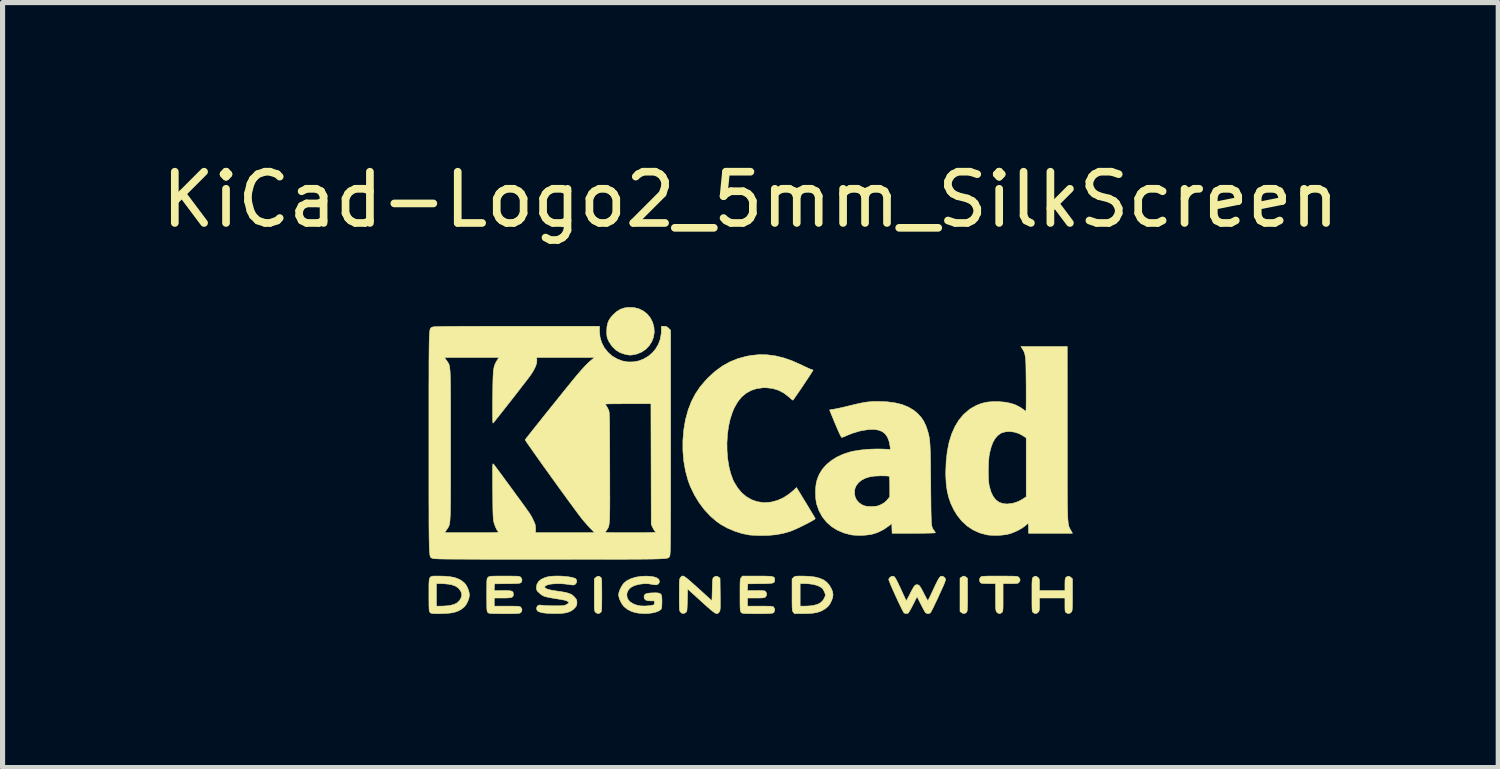
<source format=kicad_pcb>
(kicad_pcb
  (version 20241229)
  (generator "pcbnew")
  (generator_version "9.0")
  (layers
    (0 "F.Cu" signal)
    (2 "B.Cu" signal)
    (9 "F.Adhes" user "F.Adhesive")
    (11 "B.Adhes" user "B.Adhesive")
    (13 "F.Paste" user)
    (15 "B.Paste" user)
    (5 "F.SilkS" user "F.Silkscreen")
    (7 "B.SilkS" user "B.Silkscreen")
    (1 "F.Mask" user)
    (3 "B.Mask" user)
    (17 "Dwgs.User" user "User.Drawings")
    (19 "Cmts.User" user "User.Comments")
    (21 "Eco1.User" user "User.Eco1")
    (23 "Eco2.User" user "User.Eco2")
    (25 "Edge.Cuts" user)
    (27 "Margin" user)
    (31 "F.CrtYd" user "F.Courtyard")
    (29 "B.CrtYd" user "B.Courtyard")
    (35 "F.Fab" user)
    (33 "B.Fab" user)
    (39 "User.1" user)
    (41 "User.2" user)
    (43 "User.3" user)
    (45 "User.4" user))
  (footprint "KiCad-Logo2_5mm_SilkScreen"
    (layer "F.Cu")
    (at 11.601 5.928)
    (property "Reference" "KiCad-Logo2_5mm_SilkScreen" (at 0 -5.08 0) (layer "F.SilkS") (effects (font (size 1 1) (thickness 0.15))))
    (attr board_only exclude_from_pos_files exclude_from_bom allow_missing_courtyard)
    (fp_poly (pts (xy 4.189 2.276) (xy 4.212 2.291) (xy 4.239 2.312) (xy 4.239 2.634) (xy 4.239 2.728) (xy 4.239 2.802) (xy 4.238 2.859) (xy 4.236 2.901) (xy 4.234 2.931) (xy 4.231 2.951) (xy 4.227 2.965) (xy 4.221 2.974) (xy 4.217 2.979) (xy 4.186 3) (xy 4.15 2.999) (xy 4.119 2.981) (xy 4.092 2.96) (xy 4.092 2.312) (xy 4.119 2.291) (xy 4.145 2.275) (xy 4.166 2.269) (xy 4.189 2.276)) (stroke (width 0.01) (type solid)) (fill yes) (layer "F.SilkS"))
    (fp_poly (pts (xy -2.924 2.292) (xy -2.917 2.299) (xy -2.912 2.309) (xy -2.908 2.324) (xy -2.905 2.346) (xy -2.903 2.378) (xy -2.902 2.422) (xy -2.902 2.482) (xy -2.901 2.56) (xy -2.901 2.636) (xy -2.901 2.73) (xy -2.902 2.804) (xy -2.902 2.86) (xy -2.904 2.902) (xy -2.906 2.932) (xy -2.909 2.952) (xy -2.913 2.965) (xy -2.919 2.974) (xy -2.924 2.98) (xy -2.957 3) (xy -2.992 2.998) (xy -3.023 2.977) (xy -3.031 2.968) (xy -3.036 2.959) (xy -3.041 2.945) (xy -3.044 2.924) (xy -3.046 2.895) (xy -3.047 2.853) (xy -3.048 2.796) (xy -3.048 2.722) (xy -3.048 2.638) (xy -3.048 2.324) (xy -3.02 2.297) (xy -2.986 2.273) (xy -2.953 2.273) (xy -2.924 2.292)) (stroke (width 0.01) (type solid)) (fill yes) (layer "F.SilkS"))
    (fp_poly (pts (xy -2.273 -2.973) (xy -2.177 -2.949) (xy -2.09 -2.906) (xy -2.015 -2.847) (xy -1.954 -2.772) (xy -1.909 -2.683) (xy -1.883 -2.586) (xy -1.877 -2.489) (xy -1.892 -2.395) (xy -1.926 -2.307) (xy -1.977 -2.228) (xy -2.042 -2.16) (xy -2.121 -2.106) (xy -2.212 -2.068) (xy -2.263 -2.056) (xy -2.308 -2.048) (xy -2.342 -2.045) (xy -2.375 -2.047) (xy -2.415 -2.054) (xy -2.449 -2.061) (xy -2.542 -2.092) (xy -2.626 -2.143) (xy -2.698 -2.213) (xy -2.756 -2.298) (xy -2.77 -2.326) (xy -2.787 -2.362) (xy -2.797 -2.392) (xy -2.802 -2.425) (xy -2.805 -2.466) (xy -2.805 -2.512) (xy -2.801 -2.596) (xy -2.787 -2.665) (xy -2.762 -2.726) (xy -2.723 -2.784) (xy -2.684 -2.829) (xy -2.612 -2.895) (xy -2.537 -2.94) (xy -2.455 -2.967) (xy -2.377 -2.977) (xy -2.273 -2.973)) (stroke (width 0.01) (type solid)) (fill yes) (layer "F.SilkS"))
    (fp_poly (pts (xy 4.963 2.269) (xy 5.042 2.27) (xy 5.103 2.27) (xy 5.149 2.272) (xy 5.182 2.274) (xy 5.205 2.277) (xy 5.221 2.28) (xy 5.231 2.285) (xy 5.236 2.289) (xy 5.261 2.321) (xy 5.265 2.355) (xy 5.249 2.386) (xy 5.238 2.398) (xy 5.227 2.406) (xy 5.211 2.412) (xy 5.186 2.414) (xy 5.147 2.416) (xy 5.09 2.416) (xy 5.079 2.416) (xy 4.933 2.416) (xy 4.933 2.687) (xy 4.933 2.772) (xy 4.933 2.838) (xy 4.932 2.887) (xy 4.93 2.922) (xy 4.927 2.946) (xy 4.923 2.962) (xy 4.918 2.972) (xy 4.911 2.98) (xy 4.878 3) (xy 4.843 2.999) (xy 4.812 2.976) (xy 4.81 2.973) (xy 4.802 2.962) (xy 4.797 2.95) (xy 4.793 2.933) (xy 4.79 2.908) (xy 4.788 2.872) (xy 4.787 2.822) (xy 4.787 2.755) (xy 4.786 2.68) (xy 4.786 2.416) (xy 4.647 2.416) (xy 4.587 2.415) (xy 4.546 2.414) (xy 4.519 2.411) (xy 4.502 2.405) (xy 4.49 2.397) (xy 4.489 2.395) (xy 4.473 2.362) (xy 4.474 2.324) (xy 4.493 2.292) (xy 4.5 2.285) (xy 4.51 2.28) (xy 4.524 2.276) (xy 4.545 2.274) (xy 4.575 2.272) (xy 4.618 2.27) (xy 4.676 2.269) (xy 4.75 2.269) (xy 4.844 2.269) (xy 4.864 2.269) (xy 4.963 2.269)) (stroke (width 0.01) (type solid)) (fill yes) (layer "F.SilkS"))
    (fp_poly (pts (xy 6.229 2.275) (xy 6.26 2.297) (xy 6.288 2.324) (xy 6.288 2.634) (xy 6.288 2.726) (xy 6.287 2.798) (xy 6.287 2.853) (xy 6.285 2.893) (xy 6.283 2.922) (xy 6.28 2.942) (xy 6.275 2.956) (xy 6.269 2.967) (xy 6.265 2.973) (xy 6.234 2.998) (xy 6.198 3) (xy 6.166 2.985) (xy 6.156 2.976) (xy 6.148 2.965) (xy 6.144 2.946) (xy 6.142 2.915) (xy 6.141 2.869) (xy 6.141 2.833) (xy 6.141 2.698) (xy 5.644 2.698) (xy 5.644 2.821) (xy 5.644 2.877) (xy 5.642 2.915) (xy 5.638 2.941) (xy 5.63 2.96) (xy 5.621 2.973) (xy 5.59 2.998) (xy 5.555 3.001) (xy 5.522 2.983) (xy 5.513 2.974) (xy 5.506 2.962) (xy 5.502 2.943) (xy 5.499 2.914) (xy 5.498 2.87) (xy 5.497 2.808) (xy 5.497 2.794) (xy 5.497 2.678) (xy 5.497 2.582) (xy 5.497 2.504) (xy 5.497 2.443) (xy 5.498 2.396) (xy 5.5 2.361) (xy 5.502 2.335) (xy 5.505 2.318) (xy 5.51 2.306) (xy 5.515 2.298) (xy 5.52 2.292) (xy 5.552 2.272) (xy 5.585 2.275) (xy 5.617 2.297) (xy 5.629 2.311) (xy 5.638 2.327) (xy 5.642 2.35) (xy 5.644 2.384) (xy 5.644 2.436) (xy 5.644 2.551) (xy 6.141 2.551) (xy 6.141 2.433) (xy 6.142 2.378) (xy 6.144 2.341) (xy 6.148 2.317) (xy 6.155 2.301) (xy 6.164 2.292) (xy 6.196 2.272) (xy 6.229 2.275)) (stroke (width 0.01) (type solid)) (fill yes) (layer "F.SilkS"))
    (fp_poly (pts (xy 1.018 2.269) (xy 1.147 2.274) (xy 1.257 2.287) (xy 1.349 2.31) (xy 1.426 2.343) (xy 1.489 2.388) (xy 1.539 2.444) (xy 1.58 2.514) (xy 1.58 2.515) (xy 1.605 2.577) (xy 1.613 2.633) (xy 1.606 2.688) (xy 1.584 2.751) (xy 1.579 2.761) (xy 1.55 2.817) (xy 1.517 2.86) (xy 1.475 2.897) (xy 1.417 2.934) (xy 1.414 2.936) (xy 1.364 2.96) (xy 1.307 2.978) (xy 1.24 2.991) (xy 1.159 2.999) (xy 1.06 3.002) (xy 1.025 3.002) (xy 0.86 3.003) (xy 0.836 2.973) (xy 0.829 2.963) (xy 0.824 2.952) (xy 0.82 2.936) (xy 0.817 2.913) (xy 0.815 2.88) (xy 0.814 2.856) (xy 0.971 2.856) (xy 1.065 2.856) (xy 1.12 2.854) (xy 1.176 2.85) (xy 1.222 2.844) (xy 1.225 2.844) (xy 1.307 2.822) (xy 1.371 2.789) (xy 1.418 2.743) (xy 1.451 2.683) (xy 1.457 2.667) (xy 1.463 2.642) (xy 1.46 2.618) (xy 1.448 2.585) (xy 1.441 2.569) (xy 1.418 2.527) (xy 1.39 2.497) (xy 1.359 2.477) (xy 1.297 2.45) (xy 1.218 2.43) (xy 1.125 2.419) (xy 1.058 2.416) (xy 0.971 2.416) (xy 0.971 2.856) (xy 0.814 2.856) (xy 0.814 2.835) (xy 0.813 2.774) (xy 0.813 2.696) (xy 0.813 2.634) (xy 0.813 2.324) (xy 0.841 2.297) (xy 0.853 2.286) (xy 0.866 2.278) (xy 0.885 2.273) (xy 0.913 2.27) (xy 0.955 2.269) (xy 1.015 2.269) (xy 1.018 2.269)) (stroke (width 0.01) (type solid)) (fill yes) (layer "F.SilkS"))
    (fp_poly (pts (xy -6.121 2.269) (xy -6.082 2.269) (xy -5.966 2.272) (xy -5.869 2.281) (xy -5.788 2.295) (xy -5.719 2.317) (xy -5.658 2.347) (xy -5.604 2.387) (xy -5.584 2.404) (xy -5.552 2.443) (xy -5.523 2.497) (xy -5.5 2.557) (xy -5.488 2.615) (xy -5.486 2.636) (xy -5.494 2.695) (xy -5.516 2.759) (xy -5.547 2.82) (xy -5.584 2.868) (xy -5.59 2.874) (xy -5.641 2.915) (xy -5.696 2.947) (xy -5.76 2.971) (xy -5.834 2.988) (xy -5.924 2.998) (xy -6.031 3.002) (xy -6.08 3.003) (xy -6.142 3.003) (xy -6.186 3.001) (xy -6.215 2.999) (xy -6.234 2.994) (xy -6.247 2.987) (xy -6.254 2.98) (xy -6.261 2.973) (xy -6.266 2.963) (xy -6.27 2.948) (xy -6.273 2.926) (xy -6.274 2.894) (xy -6.276 2.85) (xy -6.276 2.79) (xy -6.277 2.712) (xy -6.277 2.636) (xy -6.277 2.535) (xy -6.277 2.454) (xy -6.276 2.416) (xy -6.13 2.416) (xy -6.13 2.856) (xy -6.037 2.856) (xy -5.981 2.854) (xy -5.922 2.85) (xy -5.873 2.844) (xy -5.872 2.844) (xy -5.792 2.825) (xy -5.731 2.795) (xy -5.684 2.753) (xy -5.655 2.707) (xy -5.636 2.656) (xy -5.638 2.608) (xy -5.659 2.557) (xy -5.7 2.504) (xy -5.758 2.465) (xy -5.833 2.438) (xy -5.883 2.429) (xy -5.939 2.423) (xy -6 2.418) (xy -6.051 2.416) (xy -6.054 2.416) (xy -6.13 2.416) (xy -6.276 2.416) (xy -6.275 2.392) (xy -6.271 2.345) (xy -6.263 2.312) (xy -6.25 2.29) (xy -6.23 2.277) (xy -6.203 2.27) (xy -6.167 2.269) (xy -6.121 2.269)) (stroke (width 0.01) (type solid)) (fill yes) (layer "F.SilkS"))
    (fp_poly (pts (xy -1.3 2.273) (xy -1.277 2.287) (xy -1.246 2.31) (xy -1.206 2.342) (xy -1.156 2.386) (xy -1.094 2.441) (xy -1.018 2.509) (xy -0.931 2.588) (xy -0.751 2.752) (xy -0.745 2.532) (xy -0.743 2.456) (xy -0.741 2.4) (xy -0.739 2.36) (xy -0.736 2.332) (xy -0.731 2.314) (xy -0.725 2.303) (xy -0.717 2.294) (xy -0.713 2.291) (xy -0.678 2.272) (xy -0.645 2.274) (xy -0.619 2.291) (xy -0.593 2.312) (xy -0.589 2.627) (xy -0.588 2.72) (xy -0.588 2.793) (xy -0.588 2.848) (xy -0.589 2.889) (xy -0.591 2.919) (xy -0.594 2.939) (xy -0.598 2.953) (xy -0.604 2.964) (xy -0.61 2.972) (xy -0.623 2.988) (xy -0.637 2.999) (xy -0.652 3.003) (xy -0.671 2.999) (xy -0.695 2.987) (xy -0.727 2.965) (xy -0.768 2.932) (xy -0.821 2.887) (xy -0.886 2.829) (xy -0.96 2.762) (xy -1.225 2.521) (xy -1.23 2.741) (xy -1.233 2.816) (xy -1.235 2.872) (xy -1.237 2.913) (xy -1.24 2.94) (xy -1.244 2.958) (xy -1.25 2.969) (xy -1.259 2.978) (xy -1.263 2.981) (xy -1.3 3) (xy -1.335 2.997) (xy -1.365 2.973) (xy -1.372 2.963) (xy -1.378 2.952) (xy -1.382 2.936) (xy -1.385 2.913) (xy -1.386 2.88) (xy -1.388 2.835) (xy -1.388 2.774) (xy -1.389 2.694) (xy -1.389 2.636) (xy -1.388 2.544) (xy -1.388 2.473) (xy -1.387 2.418) (xy -1.386 2.378) (xy -1.384 2.349) (xy -1.38 2.329) (xy -1.376 2.315) (xy -1.37 2.305) (xy -1.365 2.299) (xy -1.354 2.285) (xy -1.343 2.274) (xy -1.332 2.268) (xy -1.318 2.267) (xy -1.3 2.273)) (stroke (width 0.01) (type solid)) (fill yes) (layer "F.SilkS"))
    (fp_poly (pts (xy -1.95 2.275) (xy -1.882 2.286) (xy -1.829 2.304) (xy -1.795 2.327) (xy -1.785 2.341) (xy -1.776 2.372) (xy -1.782 2.4) (xy -1.802 2.427) (xy -1.834 2.44) (xy -1.879 2.439) (xy -1.914 2.432) (xy -1.992 2.419) (xy -2.072 2.418) (xy -2.162 2.428) (xy -2.186 2.433) (xy -2.269 2.456) (xy -2.334 2.491) (xy -2.38 2.537) (xy -2.407 2.592) (xy -2.413 2.621) (xy -2.409 2.68) (xy -2.386 2.732) (xy -2.345 2.776) (xy -2.288 2.811) (xy -2.219 2.837) (xy -2.138 2.852) (xy -2.048 2.854) (xy -1.951 2.845) (xy -1.945 2.844) (xy -1.907 2.836) (xy -1.885 2.83) (xy -1.876 2.819) (xy -1.874 2.802) (xy -1.874 2.793) (xy -1.874 2.754) (xy -1.942 2.754) (xy -2.003 2.75) (xy -2.044 2.737) (xy -2.068 2.714) (xy -2.077 2.679) (xy -2.077 2.674) (xy -2.072 2.645) (xy -2.054 2.623) (xy -2.022 2.609) (xy -1.972 2.601) (xy -1.923 2.598) (xy -1.852 2.596) (xy -1.801 2.599) (xy -1.766 2.609) (xy -1.744 2.628) (xy -1.733 2.66) (xy -1.728 2.708) (xy -1.727 2.77) (xy -1.729 2.84) (xy -1.733 2.887) (xy -1.74 2.912) (xy -1.741 2.914) (xy -1.78 2.946) (xy -1.837 2.97) (xy -1.909 2.988) (xy -1.991 2.999) (xy -2.081 3.001) (xy -2.175 2.994) (xy -2.23 2.986) (xy -2.316 2.962) (xy -2.396 2.922) (xy -2.463 2.87) (xy -2.473 2.86) (xy -2.506 2.816) (xy -2.536 2.762) (xy -2.559 2.706) (xy -2.572 2.654) (xy -2.574 2.635) (xy -2.567 2.593) (xy -2.55 2.542) (xy -2.524 2.488) (xy -2.495 2.439) (xy -2.469 2.406) (xy -2.408 2.357) (xy -2.329 2.319) (xy -2.235 2.29) (xy -2.129 2.274) (xy -2.032 2.27) (xy -1.95 2.275)) (stroke (width 0.01) (type solid)) (fill yes) (layer "F.SilkS"))
    (fp_poly (pts (xy 0.23 2.269) (xy 0.307 2.27) (xy 0.365 2.272) (xy 0.408 2.276) (xy 0.438 2.282) (xy 0.457 2.291) (xy 0.468 2.303) (xy 0.473 2.319) (xy 0.474 2.339) (xy 0.474 2.341) (xy 0.473 2.364) (xy 0.468 2.382) (xy 0.457 2.395) (xy 0.437 2.404) (xy 0.406 2.41) (xy 0.36 2.414) (xy 0.298 2.417) (xy 0.216 2.418) (xy 0.191 2.418) (xy -0.051 2.421) (xy -0.054 2.486) (xy -0.058 2.551) (xy 0.111 2.551) (xy 0.176 2.552) (xy 0.223 2.553) (xy 0.255 2.555) (xy 0.276 2.559) (xy 0.289 2.565) (xy 0.299 2.573) (xy 0.299 2.573) (xy 0.316 2.607) (xy 0.316 2.643) (xy 0.297 2.674) (xy 0.294 2.678) (xy 0.281 2.686) (xy 0.263 2.692) (xy 0.237 2.695) (xy 0.197 2.697) (xy 0.142 2.698) (xy 0.106 2.698) (xy -0.056 2.698) (xy -0.056 2.856) (xy 0.19 2.856) (xy 0.272 2.856) (xy 0.333 2.857) (xy 0.379 2.858) (xy 0.41 2.86) (xy 0.431 2.864) (xy 0.445 2.868) (xy 0.453 2.874) (xy 0.455 2.877) (xy 0.472 2.908) (xy 0.473 2.944) (xy 0.46 2.975) (xy 0.449 2.985) (xy 0.438 2.991) (xy 0.421 2.995) (xy 0.396 2.998) (xy 0.359 3) (xy 0.308 3.002) (xy 0.24 3.003) (xy 0.153 3.003) (xy 0.133 3.003) (xy 0.045 3.003) (xy -0.024 3.002) (xy -0.075 3.002) (xy -0.113 3) (xy -0.139 2.998) (xy -0.156 2.994) (xy -0.167 2.989) (xy -0.176 2.983) (xy -0.18 2.978) (xy -0.187 2.97) (xy -0.192 2.96) (xy -0.196 2.945) (xy -0.199 2.923) (xy -0.201 2.89) (xy -0.202 2.845) (xy -0.203 2.785) (xy -0.203 2.707) (xy -0.203 2.641) (xy -0.203 2.549) (xy -0.203 2.476) (xy -0.202 2.421) (xy -0.201 2.38) (xy -0.198 2.35) (xy -0.195 2.33) (xy -0.191 2.316) (xy -0.185 2.305) (xy -0.18 2.299) (xy -0.156 2.269) (xy 0.134 2.269) (xy 0.23 2.269)) (stroke (width 0.01) (type solid)) (fill yes) (layer "F.SilkS"))
    (fp_poly (pts (xy -4.713 2.269) (xy -4.643 2.27) (xy -4.591 2.27) (xy -4.553 2.272) (xy -4.526 2.274) (xy -4.508 2.278) (xy -4.496 2.283) (xy -4.487 2.289) (xy -4.484 2.292) (xy -4.464 2.323) (xy -4.46 2.359) (xy -4.473 2.391) (xy -4.48 2.397) (xy -4.489 2.403) (xy -4.505 2.408) (xy -4.529 2.412) (xy -4.566 2.414) (xy -4.617 2.416) (xy -4.685 2.418) (xy -4.748 2.418) (xy -4.995 2.421) (xy -4.999 2.486) (xy -5.002 2.551) (xy -4.834 2.551) (xy -4.761 2.552) (xy -4.708 2.555) (xy -4.671 2.56) (xy -4.647 2.57) (xy -4.634 2.586) (xy -4.629 2.607) (xy -4.628 2.628) (xy -4.631 2.653) (xy -4.64 2.671) (xy -4.659 2.684) (xy -4.691 2.692) (xy -4.738 2.696) (xy -4.804 2.698) (xy -4.84 2.698) (xy -5.001 2.698) (xy -5.001 2.856) (xy -4.753 2.856) (xy -4.671 2.856) (xy -4.609 2.857) (xy -4.564 2.858) (xy -4.532 2.86) (xy -4.511 2.863) (xy -4.496 2.868) (xy -4.487 2.874) (xy -4.482 2.879) (xy -4.465 2.906) (xy -4.459 2.929) (xy -4.467 2.959) (xy -4.482 2.98) (xy -4.49 2.987) (xy -4.5 2.992) (xy -4.515 2.996) (xy -4.538 2.999) (xy -4.571 3.001) (xy -4.618 3.002) (xy -4.68 3.003) (xy -4.761 3.003) (xy -4.803 3.003) (xy -4.894 3.003) (xy -4.964 3.002) (xy -5.017 3.002) (xy -5.056 3) (xy -5.083 2.998) (xy -5.101 2.994) (xy -5.113 2.99) (xy -5.122 2.983) (xy -5.125 2.98) (xy -5.132 2.973) (xy -5.137 2.963) (xy -5.141 2.948) (xy -5.144 2.926) (xy -5.146 2.894) (xy -5.147 2.849) (xy -5.147 2.789) (xy -5.148 2.711) (xy -5.148 2.638) (xy -5.148 2.545) (xy -5.147 2.471) (xy -5.147 2.415) (xy -5.146 2.374) (xy -5.144 2.345) (xy -5.141 2.325) (xy -5.136 2.312) (xy -5.131 2.303) (xy -5.123 2.295) (xy -5.122 2.294) (xy -5.113 2.286) (xy -5.103 2.28) (xy -5.089 2.276) (xy -5.067 2.273) (xy -5.036 2.271) (xy -4.993 2.27) (xy -4.934 2.269) (xy -4.857 2.269) (xy -4.802 2.269) (xy -4.713 2.269)) (stroke (width 0.01) (type solid)) (fill yes) (layer "F.SilkS"))
    (fp_poly (pts (xy 3.745 2.271) (xy 3.764 2.278) (xy 3.765 2.278) (xy 3.792 2.299) (xy 3.806 2.32) (xy 3.809 2.329) (xy 3.809 2.342) (xy 3.805 2.361) (xy 3.796 2.387) (xy 3.782 2.424) (xy 3.761 2.473) (xy 3.732 2.536) (xy 3.695 2.617) (xy 3.675 2.661) (xy 3.639 2.74) (xy 3.604 2.812) (xy 3.574 2.876) (xy 3.548 2.928) (xy 3.528 2.965) (xy 3.516 2.986) (xy 3.513 2.989) (xy 3.482 3.001) (xy 3.447 3) (xy 3.419 2.984) (xy 3.418 2.983) (xy 3.407 2.966) (xy 3.388 2.933) (xy 3.364 2.888) (xy 3.337 2.836) (xy 3.327 2.817) (xy 3.254 2.67) (xy 3.174 2.829) (xy 3.146 2.884) (xy 3.119 2.932) (xy 3.097 2.969) (xy 3.081 2.991) (xy 3.076 2.996) (xy 3.034 3.002) (xy 3 2.989) (xy 2.99 2.974) (xy 2.972 2.943) (xy 2.949 2.897) (xy 2.921 2.839) (xy 2.89 2.774) (xy 2.857 2.704) (xy 2.824 2.631) (xy 2.792 2.56) (xy 2.763 2.494) (xy 2.737 2.435) (xy 2.718 2.386) (xy 2.705 2.352) (xy 2.7 2.334) (xy 2.7 2.334) (xy 2.711 2.311) (xy 2.733 2.289) (xy 2.735 2.288) (xy 2.762 2.272) (xy 2.787 2.273) (xy 2.796 2.275) (xy 2.808 2.282) (xy 2.82 2.294) (xy 2.834 2.315) (xy 2.852 2.347) (xy 2.875 2.393) (xy 2.905 2.455) (xy 2.932 2.512) (xy 2.962 2.578) (xy 2.99 2.638) (xy 3.013 2.688) (xy 3.03 2.725) (xy 3.039 2.746) (xy 3.041 2.749) (xy 3.047 2.743) (xy 3.061 2.721) (xy 3.081 2.685) (xy 3.106 2.638) (xy 3.115 2.619) (xy 3.148 2.554) (xy 3.174 2.507) (xy 3.194 2.474) (xy 3.21 2.454) (xy 3.226 2.443) (xy 3.242 2.439) (xy 3.252 2.438) (xy 3.271 2.44) (xy 3.287 2.447) (xy 3.303 2.462) (xy 3.321 2.487) (xy 3.344 2.526) (xy 3.373 2.581) (xy 3.389 2.613) (xy 3.415 2.663) (xy 3.437 2.705) (xy 3.454 2.734) (xy 3.464 2.748) (xy 3.466 2.749) (xy 3.472 2.738) (xy 3.487 2.709) (xy 3.508 2.666) (xy 3.534 2.612) (xy 3.564 2.548) (xy 3.578 2.517) (xy 3.616 2.436) (xy 3.647 2.374) (xy 3.672 2.328) (xy 3.692 2.297) (xy 3.71 2.278) (xy 3.727 2.271) (xy 3.745 2.271)) (stroke (width 0.01) (type solid)) (fill yes) (layer "F.SilkS"))
    (fp_poly (pts (xy -3.692 2.27) (xy -3.617 2.276) (xy -3.547 2.284) (xy -3.487 2.295) (xy -3.44 2.308) (xy -3.41 2.323) (xy -3.406 2.327) (xy -3.39 2.362) (xy -3.395 2.397) (xy -3.419 2.428) (xy -3.421 2.429) (xy -3.435 2.438) (xy -3.45 2.443) (xy -3.471 2.443) (xy -3.503 2.44) (xy -3.552 2.432) (xy -3.556 2.432) (xy -3.629 2.423) (xy -3.707 2.418) (xy -3.786 2.418) (xy -3.859 2.422) (xy -3.922 2.43) (xy -3.968 2.443) (xy -3.971 2.444) (xy -4.005 2.463) (xy -4.017 2.482) (xy -4.008 2.5) (xy -3.978 2.518) (xy -3.929 2.535) (xy -3.861 2.549) (xy -3.816 2.556) (xy -3.721 2.57) (xy -3.647 2.582) (xy -3.588 2.594) (xy -3.542 2.608) (xy -3.506 2.623) (xy -3.476 2.641) (xy -3.449 2.664) (xy -3.428 2.686) (xy -3.403 2.717) (xy -3.391 2.743) (xy -3.387 2.776) (xy -3.387 2.788) (xy -3.39 2.828) (xy -3.401 2.857) (xy -3.421 2.883) (xy -3.462 2.924) (xy -3.508 2.954) (xy -3.562 2.976) (xy -3.627 2.991) (xy -3.707 2.999) (xy -3.805 3.001) (xy -3.821 3.001) (xy -3.887 3) (xy -3.952 2.997) (xy -4.009 2.992) (xy -4.052 2.987) (xy -4.055 2.987) (xy -4.098 2.976) (xy -4.134 2.964) (xy -4.154 2.952) (xy -4.173 2.922) (xy -4.174 2.886) (xy -4.158 2.854) (xy -4.154 2.851) (xy -4.139 2.84) (xy -4.12 2.835) (xy -4.091 2.836) (xy -4.056 2.84) (xy -4.016 2.844) (xy -3.96 2.847) (xy -3.895 2.849) (xy -3.828 2.85) (xy -3.81 2.85) (xy -3.742 2.85) (xy -3.692 2.849) (xy -3.657 2.846) (xy -3.63 2.841) (xy -3.609 2.834) (xy -3.596 2.828) (xy -3.568 2.811) (xy -3.55 2.796) (xy -3.547 2.792) (xy -3.553 2.774) (xy -3.579 2.757) (xy -3.624 2.741) (xy -3.687 2.728) (xy -3.705 2.725) (xy -3.801 2.71) (xy -3.878 2.697) (xy -3.938 2.686) (xy -3.984 2.676) (xy -4.021 2.665) (xy -4.049 2.653) (xy -4.073 2.639) (xy -4.096 2.622) (xy -4.119 2.601) (xy -4.127 2.594) (xy -4.155 2.567) (xy -4.17 2.545) (xy -4.176 2.52) (xy -4.177 2.489) (xy -4.167 2.428) (xy -4.136 2.376) (xy -4.085 2.333) (xy -4.013 2.3) (xy -3.962 2.285) (xy -3.907 2.275) (xy -3.841 2.27) (xy -3.768 2.268) (xy -3.692 2.27)) (stroke (width 0.01) (type solid)) (fill yes) (layer "F.SilkS"))
    (fp_poly (pts (xy 0.328 -2.051) (xy 0.489 -2.03) (xy 0.653 -1.99) (xy 0.822 -1.93) (xy 1 -1.851) (xy 1.011 -1.845) (xy 1.069 -1.817) (xy 1.121 -1.793) (xy 1.162 -1.775) (xy 1.19 -1.764) (xy 1.2 -1.761) (xy 1.219 -1.756) (xy 1.224 -1.752) (xy 1.218 -1.741) (xy 1.202 -1.715) (xy 1.177 -1.676) (xy 1.145 -1.626) (xy 1.107 -1.569) (xy 1.066 -1.507) (xy 1.023 -1.442) (xy 0.98 -1.379) (xy 0.939 -1.319) (xy 0.902 -1.265) (xy 0.871 -1.22) (xy 0.847 -1.186) (xy 0.832 -1.167) (xy 0.83 -1.165) (xy 0.82 -1.17) (xy 0.798 -1.187) (xy 0.767 -1.214) (xy 0.752 -1.228) (xy 0.655 -1.303) (xy 0.548 -1.359) (xy 0.433 -1.394) (xy 0.31 -1.408) (xy 0.241 -1.407) (xy 0.119 -1.39) (xy 0.01 -1.354) (xy -0.087 -1.299) (xy -0.174 -1.225) (xy -0.249 -1.131) (xy -0.314 -1.018) (xy -0.351 -0.931) (xy -0.395 -0.796) (xy -0.428 -0.648) (xy -0.448 -0.493) (xy -0.458 -0.333) (xy -0.456 -0.173) (xy -0.443 -0.016) (xy -0.419 0.133) (xy -0.384 0.271) (xy -0.338 0.395) (xy -0.322 0.429) (xy -0.253 0.543) (xy -0.173 0.64) (xy -0.081 0.718) (xy 0.02 0.777) (xy 0.13 0.816) (xy 0.247 0.834) (xy 0.289 0.835) (xy 0.41 0.824) (xy 0.531 0.791) (xy 0.649 0.737) (xy 0.762 0.663) (xy 0.854 0.585) (xy 0.9 0.54) (xy 1.081 0.837) (xy 1.127 0.911) (xy 1.168 0.98) (xy 1.204 1.039) (xy 1.233 1.088) (xy 1.254 1.124) (xy 1.265 1.144) (xy 1.266 1.147) (xy 1.258 1.157) (xy 1.233 1.174) (xy 1.193 1.197) (xy 1.142 1.225) (xy 1.084 1.255) (xy 1.021 1.287) (xy 0.958 1.318) (xy 0.896 1.346) (xy 0.839 1.371) (xy 0.791 1.391) (xy 0.768 1.399) (xy 0.634 1.437) (xy 0.496 1.462) (xy 0.349 1.475) (xy 0.222 1.477) (xy 0.154 1.476) (xy 0.088 1.474) (xy 0.031 1.471) (xy -0.013 1.468) (xy -0.027 1.466) (xy -0.166 1.438) (xy -0.307 1.392) (xy -0.445 1.334) (xy -0.572 1.264) (xy -0.649 1.211) (xy -0.777 1.103) (xy -0.895 0.977) (xy -1.002 0.835) (xy -1.095 0.681) (xy -1.173 0.518) (xy -1.217 0.401) (xy -1.267 0.217) (xy -1.301 0.023) (xy -1.318 -0.179) (xy -1.318 -0.382) (xy -1.301 -0.584) (xy -1.268 -0.781) (xy -1.217 -0.967) (xy -1.214 -0.978) (xy -1.151 -1.14) (xy -1.074 -1.288) (xy -0.981 -1.426) (xy -0.868 -1.558) (xy -0.825 -1.604) (xy -0.688 -1.728) (xy -0.549 -1.83) (xy -0.403 -1.912) (xy -0.249 -1.975) (xy -0.084 -2.02) (xy 0.011 -2.038) (xy 0.17 -2.054) (xy 0.328 -2.051)) (stroke (width 0.01) (type solid)) (fill yes) (layer "F.SilkS"))
    (fp_poly (pts (xy 6.187 -0.528) (xy 6.187 -0.293) (xy 6.187 -0.08) (xy 6.187 0.112) (xy 6.187 0.285) (xy 6.187 0.441) (xy 6.188 0.579) (xy 6.188 0.701) (xy 6.189 0.808) (xy 6.19 0.901) (xy 6.192 0.982) (xy 6.194 1.051) (xy 6.196 1.11) (xy 6.198 1.159) (xy 6.202 1.2) (xy 6.205 1.234) (xy 6.21 1.262) (xy 6.214 1.285) (xy 6.22 1.304) (xy 6.226 1.321) (xy 6.233 1.335) (xy 6.24 1.349) (xy 6.249 1.364) (xy 6.254 1.373) (xy 6.288 1.434) (xy 5.43 1.434) (xy 5.43 1.338) (xy 5.429 1.294) (xy 5.427 1.261) (xy 5.424 1.243) (xy 5.423 1.242) (xy 5.412 1.249) (xy 5.389 1.267) (xy 5.366 1.286) (xy 5.312 1.327) (xy 5.242 1.368) (xy 5.165 1.405) (xy 5.088 1.435) (xy 5.057 1.445) (xy 4.989 1.46) (xy 4.906 1.47) (xy 4.816 1.475) (xy 4.728 1.474) (xy 4.649 1.469) (xy 4.612 1.463) (xy 4.473 1.425) (xy 4.346 1.367) (xy 4.23 1.29) (xy 4.127 1.195) (xy 4.036 1.081) (xy 3.969 0.97) (xy 3.914 0.854) (xy 3.872 0.734) (xy 3.842 0.608) (xy 3.823 0.472) (xy 3.815 0.32) (xy 3.814 0.243) (xy 3.816 0.186) (xy 4.645 0.186) (xy 4.645 0.279) (xy 4.648 0.367) (xy 4.654 0.444) (xy 4.662 0.505) (xy 4.665 0.517) (xy 4.697 0.625) (xy 4.738 0.712) (xy 4.79 0.779) (xy 4.853 0.826) (xy 4.926 0.853) (xy 5.011 0.862) (xy 5.107 0.851) (xy 5.17 0.835) (xy 5.219 0.817) (xy 5.274 0.791) (xy 5.314 0.767) (xy 5.385 0.721) (xy 5.385 -0.429) (xy 5.317 -0.473) (xy 5.239 -0.514) (xy 5.155 -0.541) (xy 5.07 -0.553) (xy 4.988 -0.549) (xy 4.915 -0.53) (xy 4.883 -0.515) (xy 4.826 -0.472) (xy 4.777 -0.415) (xy 4.735 -0.342) (xy 4.701 -0.252) (xy 4.672 -0.141) (xy 4.671 -0.135) (xy 4.66 -0.073) (xy 4.653 0.005) (xy 4.648 0.093) (xy 4.645 0.186) (xy 3.816 0.186) (xy 3.822 0.03) (xy 3.844 -0.166) (xy 3.88 -0.345) (xy 3.93 -0.506) (xy 3.994 -0.65) (xy 4.071 -0.777) (xy 4.163 -0.886) (xy 4.268 -0.977) (xy 4.314 -1.008) (xy 4.415 -1.064) (xy 4.518 -1.104) (xy 4.628 -1.128) (xy 4.749 -1.138) (xy 4.842 -1.137) (xy 4.971 -1.126) (xy 5.084 -1.104) (xy 5.183 -1.07) (xy 5.271 -1.024) (xy 5.32 -0.99) (xy 5.349 -0.968) (xy 5.371 -0.953) (xy 5.379 -0.948) (xy 5.381 -0.959) (xy 5.382 -0.99) (xy 5.383 -1.037) (xy 5.384 -1.1) (xy 5.384 -1.173) (xy 5.384 -1.256) (xy 5.384 -1.344) (xy 5.384 -1.436) (xy 5.383 -1.528) (xy 5.382 -1.618) (xy 5.381 -1.704) (xy 5.38 -1.781) (xy 5.379 -1.848) (xy 5.377 -1.902) (xy 5.375 -1.94) (xy 5.375 -1.947) (xy 5.367 -2.018) (xy 5.356 -2.073) (xy 5.338 -2.12) (xy 5.312 -2.166) (xy 5.305 -2.176) (xy 5.281 -2.213) (xy 6.186 -2.213) (xy 6.187 -0.528)) (stroke (width 0.01) (type solid)) (fill yes) (layer "F.SilkS"))
    (fp_poly (pts (xy 2.674 -1.133) (xy 2.825 -1.113) (xy 2.961 -1.08) (xy 3.08 -1.032) (xy 3.185 -0.971) (xy 3.262 -0.907) (xy 3.331 -0.833) (xy 3.385 -0.753) (xy 3.428 -0.661) (xy 3.443 -0.618) (xy 3.456 -0.579) (xy 3.467 -0.543) (xy 3.477 -0.508) (xy 3.485 -0.472) (xy 3.492 -0.433) (xy 3.498 -0.39) (xy 3.503 -0.34) (xy 3.507 -0.283) (xy 3.51 -0.215) (xy 3.513 -0.136) (xy 3.515 -0.043) (xy 3.517 0.066) (xy 3.518 0.192) (xy 3.52 0.337) (xy 3.521 0.48) (xy 3.522 0.636) (xy 3.524 0.771) (xy 3.525 0.887) (xy 3.526 0.986) (xy 3.528 1.068) (xy 3.53 1.136) (xy 3.532 1.192) (xy 3.535 1.236) (xy 3.539 1.271) (xy 3.544 1.299) (xy 3.55 1.321) (xy 3.557 1.338) (xy 3.565 1.352) (xy 3.574 1.366) (xy 3.585 1.38) (xy 3.59 1.385) (xy 3.605 1.408) (xy 3.612 1.423) (xy 3.612 1.424) (xy 3.602 1.426) (xy 3.571 1.428) (xy 3.522 1.43) (xy 3.458 1.431) (xy 3.382 1.433) (xy 3.295 1.433) (xy 3.2 1.434) (xy 3.19 1.434) (xy 2.767 1.434) (xy 2.763 1.338) (xy 2.76 1.242) (xy 2.698 1.293) (xy 2.601 1.36) (xy 2.491 1.415) (xy 2.404 1.445) (xy 2.335 1.46) (xy 2.252 1.47) (xy 2.162 1.475) (xy 2.074 1.474) (xy 1.995 1.468) (xy 1.959 1.463) (xy 1.819 1.425) (xy 1.692 1.37) (xy 1.58 1.299) (xy 1.484 1.213) (xy 1.404 1.112) (xy 1.341 0.997) (xy 1.296 0.871) (xy 1.284 0.814) (xy 1.276 0.752) (xy 1.273 0.677) (xy 1.272 0.643) (xy 1.272 0.64) (xy 2.032 0.64) (xy 2.042 0.715) (xy 2.07 0.779) (xy 2.118 0.835) (xy 2.123 0.839) (xy 2.172 0.874) (xy 2.223 0.897) (xy 2.284 0.909) (xy 2.359 0.911) (xy 2.377 0.911) (xy 2.431 0.908) (xy 2.471 0.903) (xy 2.506 0.893) (xy 2.545 0.876) (xy 2.556 0.871) (xy 2.616 0.835) (xy 2.663 0.792) (xy 2.676 0.777) (xy 2.721 0.72) (xy 2.721 0.525) (xy 2.72 0.446) (xy 2.718 0.388) (xy 2.715 0.349) (xy 2.711 0.327) (xy 2.707 0.32) (xy 2.691 0.317) (xy 2.657 0.314) (xy 2.61 0.313) (xy 2.555 0.312) (xy 2.546 0.312) (xy 2.425 0.317) (xy 2.323 0.333) (xy 2.236 0.361) (xy 2.164 0.401) (xy 2.109 0.448) (xy 2.064 0.506) (xy 2.039 0.569) (xy 2.032 0.64) (xy 1.272 0.64) (xy 1.274 0.55) (xy 1.283 0.471) (xy 1.299 0.4) (xy 1.324 0.329) (xy 1.348 0.276) (xy 1.407 0.181) (xy 1.485 0.093) (xy 1.58 0.014) (xy 1.69 -0.055) (xy 1.813 -0.111) (xy 1.945 -0.154) (xy 2.009 -0.169) (xy 2.146 -0.191) (xy 2.294 -0.206) (xy 2.446 -0.212) (xy 2.572 -0.211) (xy 2.734 -0.204) (xy 2.727 -0.263) (xy 2.707 -0.362) (xy 2.676 -0.443) (xy 2.632 -0.506) (xy 2.575 -0.551) (xy 2.503 -0.58) (xy 2.416 -0.594) (xy 2.313 -0.591) (xy 2.275 -0.587) (xy 2.134 -0.562) (xy 1.997 -0.521) (xy 1.902 -0.483) (xy 1.857 -0.464) (xy 1.819 -0.448) (xy 1.792 -0.439) (xy 1.785 -0.437) (xy 1.775 -0.446) (xy 1.758 -0.475) (xy 1.734 -0.524) (xy 1.703 -0.594) (xy 1.665 -0.684) (xy 1.658 -0.7) (xy 1.628 -0.772) (xy 1.601 -0.838) (xy 1.578 -0.893) (xy 1.561 -0.936) (xy 1.55 -0.963) (xy 1.547 -0.972) (xy 1.557 -0.977) (xy 1.583 -0.982) (xy 1.611 -0.986) (xy 1.642 -0.991) (xy 1.689 -1) (xy 1.751 -1.013) (xy 1.821 -1.029) (xy 1.896 -1.047) (xy 1.925 -1.054) (xy 2.03 -1.08) (xy 2.117 -1.1) (xy 2.192 -1.115) (xy 2.258 -1.126) (xy 2.319 -1.133) (xy 2.381 -1.138) (xy 2.446 -1.14) (xy 2.504 -1.14) (xy 2.674 -1.133)) (stroke (width 0.01) (type solid)) (fill yes) (layer "F.SilkS"))
    (fp_poly (pts (xy -2.946 -2.511) (xy -2.936 -2.397) (xy -2.904 -2.289) (xy -2.853 -2.19) (xy -2.784 -2.102) (xy -2.699 -2.027) (xy -2.602 -1.97) (xy -2.496 -1.93) (xy -2.389 -1.911) (xy -2.283 -1.913) (xy -2.181 -1.932) (xy -2.085 -1.969) (xy -1.996 -2.021) (xy -1.917 -2.087) (xy -1.849 -2.167) (xy -1.796 -2.258) (xy -1.759 -2.359) (xy -1.74 -2.47) (xy -1.738 -2.52) (xy -1.738 -2.608) (xy -1.687 -2.608) (xy -1.65 -2.605) (xy -1.623 -2.593) (xy -1.596 -2.569) (xy -1.558 -2.531) (xy -1.558 -0.339) (xy -1.558 -0.077) (xy -1.558 0.163) (xy -1.558 0.383) (xy -1.558 0.583) (xy -1.558 0.764) (xy -1.558 0.928) (xy -1.559 1.074) (xy -1.559 1.205) (xy -1.559 1.32) (xy -1.56 1.421) (xy -1.561 1.509) (xy -1.561 1.585) (xy -1.562 1.65) (xy -1.563 1.704) (xy -1.564 1.749) (xy -1.565 1.786) (xy -1.567 1.815) (xy -1.568 1.837) (xy -1.57 1.854) (xy -1.572 1.866) (xy -1.574 1.874) (xy -1.576 1.88) (xy -1.577 1.882) (xy -1.581 1.889) (xy -1.585 1.895) (xy -1.589 1.901) (xy -1.594 1.906) (xy -1.601 1.911) (xy -1.611 1.916) (xy -1.625 1.92) (xy -1.645 1.923) (xy -1.669 1.926) (xy -1.701 1.929) (xy -1.741 1.931) (xy -1.789 1.934) (xy -1.846 1.935) (xy -1.914 1.937) (xy -1.994 1.938) (xy -2.085 1.939) (xy -2.19 1.94) (xy -2.309 1.94) (xy -2.443 1.941) (xy -2.593 1.941) (xy -2.76 1.941) (xy -2.945 1.942) (xy -3.149 1.942) (xy -3.372 1.942) (xy -3.616 1.941) (xy -3.881 1.941) (xy -3.92 1.941) (xy -4.187 1.941) (xy -4.432 1.941) (xy -4.657 1.941) (xy -4.861 1.941) (xy -5.047 1.941) (xy -5.215 1.941) (xy -5.366 1.94) (xy -5.501 1.94) (xy -5.62 1.939) (xy -5.725 1.939) (xy -5.817 1.938) (xy -5.896 1.938) (xy -5.964 1.937) (xy -6.021 1.936) (xy -6.069 1.935) (xy -6.107 1.933) (xy -6.138 1.932) (xy -6.162 1.931) (xy -6.18 1.929) (xy -6.192 1.927) (xy -6.201 1.925) (xy -6.205 1.923) (xy -6.214 1.92) (xy -6.221 1.917) (xy -6.229 1.915) (xy -6.235 1.911) (xy -6.241 1.906) (xy -6.246 1.897) (xy -6.251 1.885) (xy -6.255 1.869) (xy -6.259 1.846) (xy -6.262 1.818) (xy -6.265 1.781) (xy -6.268 1.737) (xy -6.27 1.683) (xy -6.271 1.618) (xy -6.273 1.543) (xy -6.274 1.455) (xy -6.275 1.354) (xy -6.276 1.239) (xy -6.276 1.11) (xy -6.276 0.964) (xy -6.277 0.802) (xy -6.277 0.621) (xy -6.277 0.422) (xy -6.277 0.204) (xy -6.277 -0.035) (xy -6.277 -0.296) (xy -6.277 -0.338) (xy -6.277 -0.601) (xy -6.277 -0.842) (xy -6.277 -1.063) (xy -6.277 -1.264) (xy -6.277 -1.446) (xy -6.276 -1.61) (xy -6.276 -1.757) (xy -6.276 -1.888) (xy -6.275 -1.998) (xy -5.972 -1.998) (xy -5.932 -1.94) (xy -5.921 -1.925) (xy -5.911 -1.911) (xy -5.902 -1.897) (xy -5.894 -1.883) (xy -5.887 -1.868) (xy -5.881 -1.849) (xy -5.875 -1.826) (xy -5.871 -1.798) (xy -5.867 -1.764) (xy -5.863 -1.722) (xy -5.861 -1.67) (xy -5.858 -1.609) (xy -5.857 -1.537) (xy -5.855 -1.452) (xy -5.855 -1.354) (xy -5.854 -1.24) (xy -5.853 -1.111) (xy -5.853 -0.965) (xy -5.853 -0.8) (xy -5.853 -0.616) (xy -5.853 -0.41) (xy -5.853 -0.288) (xy -5.853 -0.071) (xy -5.853 0.125) (xy -5.853 0.3) (xy -5.853 0.456) (xy -5.854 0.595) (xy -5.854 0.717) (xy -5.855 0.823) (xy -5.856 0.915) (xy -5.857 0.994) (xy -5.859 1.062) (xy -5.862 1.118) (xy -5.865 1.165) (xy -5.868 1.204) (xy -5.872 1.235) (xy -5.877 1.261) (xy -5.883 1.282) (xy -5.89 1.299) (xy -5.897 1.314) (xy -5.906 1.327) (xy -5.915 1.341) (xy -5.925 1.356) (xy -5.932 1.365) (xy -5.97 1.422) (xy -5.439 1.422) (xy -5.315 1.422) (xy -5.213 1.422) (xy -5.129 1.422) (xy -5.063 1.421) (xy -5.012 1.42) (xy -4.974 1.419) (xy -4.948 1.417) (xy -4.932 1.415) (xy -4.923 1.412) (xy -4.921 1.408) (xy -4.923 1.404) (xy -4.925 1.403) (xy -4.95 1.366) (xy -4.976 1.313) (xy -4.999 1.251) (xy -5.007 1.224) (xy -5.012 1.206) (xy -5.016 1.185) (xy -5.019 1.159) (xy -5.022 1.126) (xy -5.024 1.083) (xy -5.026 1.028) (xy -5.028 0.96) (xy -5.029 0.877) (xy -5.03 0.775) (xy -5.031 0.654) (xy -5.032 0.61) (xy -5.033 0.484) (xy -5.033 0.38) (xy -5.034 0.295) (xy -5.034 0.227) (xy -5.034 0.174) (xy -5.033 0.135) (xy -5.031 0.107) (xy -5.029 0.09) (xy -5.027 0.081) (xy -5.023 0.078) (xy -5.019 0.08) (xy -5.015 0.085) (xy -5.004 0.098) (xy -4.982 0.127) (xy -4.95 0.17) (xy -4.909 0.225) (xy -4.861 0.289) (xy -4.808 0.362) (xy -4.751 0.44) (xy -4.691 0.521) (xy -4.631 0.603) (xy -4.572 0.685) (xy -4.514 0.763) (xy -4.461 0.836) (xy -4.413 0.902) (xy -4.373 0.959) (xy -4.341 1.004) (xy -4.318 1.035) (xy -4.314 1.041) (xy -4.291 1.078) (xy -4.264 1.126) (xy -4.239 1.176) (xy -4.236 1.183) (xy -4.214 1.231) (xy -4.201 1.268) (xy -4.196 1.304) (xy -4.194 1.346) (xy -4.195 1.422) (xy -3.041 1.422) (xy -3.132 1.329) (xy -3.179 1.279) (xy -3.229 1.222) (xy -3.275 1.168) (xy -3.295 1.143) (xy -3.326 1.103) (xy -3.366 1.05) (xy -3.414 0.985) (xy -3.47 0.909) (xy -3.532 0.825) (xy -3.599 0.733) (xy -3.669 0.636) (xy -3.743 0.535) (xy -3.817 0.432) (xy -3.892 0.328) (xy -3.966 0.225) (xy -4.038 0.125) (xy -4.106 0.029) (xy -4.17 -0.061) (xy -4.229 -0.144) (xy -4.28 -0.218) (xy -4.324 -0.28) (xy -4.359 -0.33) (xy -4.383 -0.367) (xy -4.396 -0.387) (xy -4.398 -0.391) (xy -4.39 -0.403) (xy -4.369 -0.43) (xy -4.337 -0.471) (xy -4.294 -0.525) (xy -4.243 -0.589) (xy -4.185 -0.663) (xy -4.12 -0.744) (xy -4.051 -0.831) (xy -3.979 -0.921) (xy -3.904 -1.014) (xy -3.845 -1.088) (xy -2.834 -1.088) (xy -2.828 -1.075) (xy -2.813 -1.053) (xy -2.812 -1.052) (xy -2.793 -1.021) (xy -2.774 -0.985) (xy -2.77 -0.976) (xy -2.766 -0.968) (xy -2.763 -0.958) (xy -2.76 -0.945) (xy -2.758 -0.927) (xy -2.756 -0.904) (xy -2.754 -0.873) (xy -2.753 -0.833) (xy -2.751 -0.784) (xy -2.75 -0.723) (xy -2.749 -0.649) (xy -2.749 -0.561) (xy -2.748 -0.457) (xy -2.747 -0.337) (xy -2.747 -0.198) (xy -2.746 -0.039) (xy -2.746 0.14) (xy -2.745 0.325) (xy -2.745 0.489) (xy -2.745 0.633) (xy -2.744 0.759) (xy -2.745 0.868) (xy -2.745 0.961) (xy -2.747 1.04) (xy -2.748 1.106) (xy -2.75 1.161) (xy -2.753 1.206) (xy -2.757 1.242) (xy -2.761 1.271) (xy -2.766 1.295) (xy -2.772 1.313) (xy -2.779 1.329) (xy -2.787 1.344) (xy -2.797 1.358) (xy -2.805 1.37) (xy -2.822 1.396) (xy -2.832 1.414) (xy -2.834 1.417) (xy -2.823 1.418) (xy -2.791 1.419) (xy -2.742 1.42) (xy -2.677 1.421) (xy -2.599 1.422) (xy -2.51 1.422) (xy -2.411 1.422) (xy -2.342 1.422) (xy -2.237 1.422) (xy -2.141 1.422) (xy -2.054 1.421) (xy -1.98 1.419) (xy -1.921 1.418) (xy -1.879 1.416) (xy -1.855 1.414) (xy -1.851 1.412) (xy -1.859 1.398) (xy -1.867 1.39) (xy -1.88 1.372) (xy -1.897 1.342) (xy -1.909 1.318) (xy -1.936 1.259) (xy -1.939 0.082) (xy -1.942 -1.095) (xy -2.388 -1.095) (xy -2.486 -1.095) (xy -2.576 -1.094) (xy -2.657 -1.094) (xy -2.725 -1.093) (xy -2.779 -1.092) (xy -2.815 -1.09) (xy -2.833 -1.089) (xy -2.834 -1.088) (xy -3.845 -1.088) (xy -3.829 -1.107) (xy -3.755 -1.199) (xy -3.683 -1.289) (xy -3.615 -1.374) (xy -3.551 -1.452) (xy -3.494 -1.523) (xy -3.444 -1.584) (xy -3.403 -1.633) (xy -3.386 -1.654) (xy -3.3 -1.754) (xy -3.223 -1.838) (xy -3.154 -1.906) (xy -3.091 -1.96) (xy -3.082 -1.967) (xy -3.042 -1.998) (xy -4.174 -1.998) (xy -4.169 -1.95) (xy -4.172 -1.893) (xy -4.194 -1.825) (xy -4.234 -1.745) (xy -4.279 -1.673) (xy -4.295 -1.65) (xy -4.323 -1.612) (xy -4.361 -1.562) (xy -4.408 -1.501) (xy -4.462 -1.432) (xy -4.52 -1.356) (xy -4.582 -1.276) (xy -4.646 -1.194) (xy -4.71 -1.112) (xy -4.773 -1.032) (xy -4.832 -0.957) (xy -4.887 -0.888) (xy -4.935 -0.828) (xy -4.974 -0.778) (xy -5.004 -0.742) (xy -5.022 -0.72) (xy -5.025 -0.717) (xy -5.028 -0.725) (xy -5.03 -0.755) (xy -5.032 -0.807) (xy -5.033 -0.881) (xy -5.033 -0.977) (xy -5.033 -1.094) (xy -5.032 -1.214) (xy -5.03 -1.346) (xy -5.029 -1.457) (xy -5.027 -1.551) (xy -5.024 -1.629) (xy -5.021 -1.692) (xy -5.016 -1.745) (xy -5.009 -1.788) (xy -5.002 -1.823) (xy -4.992 -1.854) (xy -4.98 -1.882) (xy -4.965 -1.91) (xy -4.95 -1.935) (xy -4.912 -1.998) (xy -5.972 -1.998) (xy -6.275 -1.998) (xy -6.275 -2.004) (xy -6.274 -2.106) (xy -6.273 -2.195) (xy -6.272 -2.272) (xy -6.27 -2.337) (xy -6.269 -2.393) (xy -6.266 -2.438) (xy -6.264 -2.475) (xy -6.261 -2.505) (xy -6.258 -2.528) (xy -6.254 -2.546) (xy -6.25 -2.559) (xy -6.245 -2.568) (xy -6.24 -2.574) (xy -6.234 -2.579) (xy -6.228 -2.582) (xy -6.222 -2.586) (xy -6.216 -2.589) (xy -6.21 -2.592) (xy -6.202 -2.594) (xy -6.19 -2.596) (xy -6.173 -2.598) (xy -6.149 -2.6) (xy -6.118 -2.601) (xy -6.079 -2.602) (xy -6.03 -2.603) (xy -5.971 -2.604) (xy -5.899 -2.605) (xy -5.815 -2.606) (xy -5.718 -2.606) (xy -5.605 -2.607) (xy -5.476 -2.607) (xy -5.33 -2.607) (xy -5.166 -2.608) (xy -4.982 -2.608) (xy -4.778 -2.608) (xy -4.567 -2.608) (xy -2.946 -2.608) (xy -2.946 -2.511)) (stroke (width 0.01) (type solid)) (fill yes) (layer "F.SilkS")))
  (gr_rect
    (start -3 -3)
    (end 26.202 11.936)
    (stroke (width 0.1) (type default))
    (fill no)
    (layer "Edge.Cuts")))
</source>
